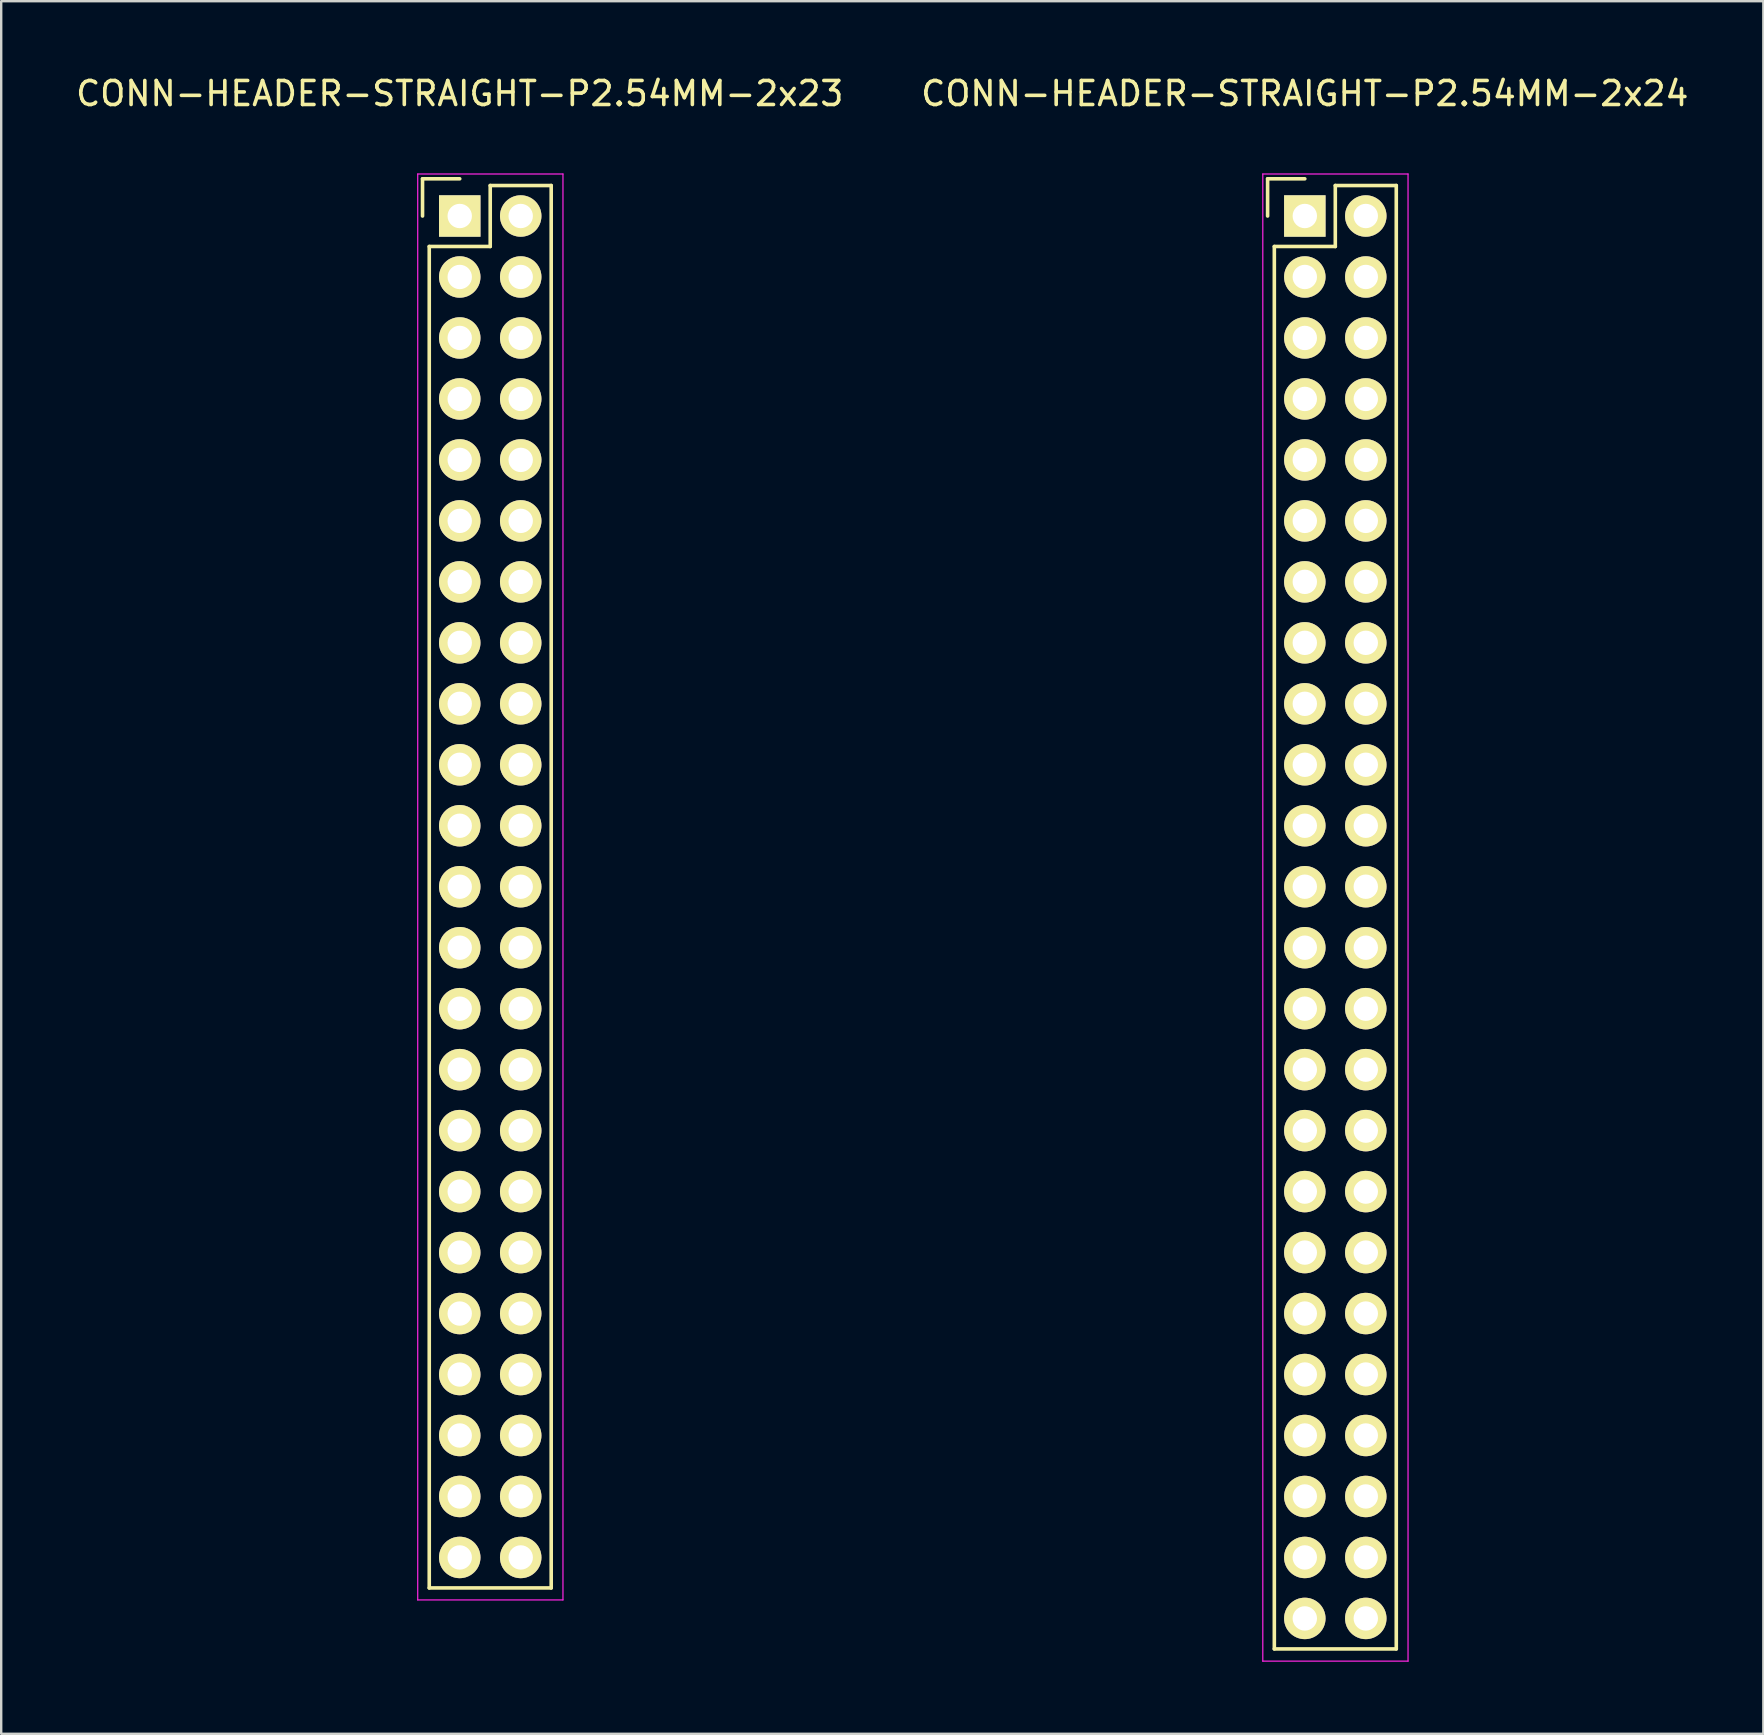
<source format=kicad_pcb>
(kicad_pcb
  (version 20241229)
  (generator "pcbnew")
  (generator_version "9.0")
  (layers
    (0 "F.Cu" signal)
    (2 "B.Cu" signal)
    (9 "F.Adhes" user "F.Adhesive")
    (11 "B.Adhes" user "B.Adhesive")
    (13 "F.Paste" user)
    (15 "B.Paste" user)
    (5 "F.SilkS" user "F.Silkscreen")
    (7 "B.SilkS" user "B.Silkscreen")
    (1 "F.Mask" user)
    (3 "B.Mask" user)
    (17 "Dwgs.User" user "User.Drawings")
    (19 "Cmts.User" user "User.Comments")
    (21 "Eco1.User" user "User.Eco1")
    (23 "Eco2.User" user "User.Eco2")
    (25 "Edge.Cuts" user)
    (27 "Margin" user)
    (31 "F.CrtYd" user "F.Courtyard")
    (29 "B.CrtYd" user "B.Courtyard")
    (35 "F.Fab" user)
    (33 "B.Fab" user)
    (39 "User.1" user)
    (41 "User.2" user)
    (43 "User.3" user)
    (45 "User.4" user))
  (footprint "CONN-HEADER-STRAIGHT-P2.54MM-2x23"
    (layer "F.Cu")
    (at 16.101 5.948)
    (property "Reference" "CONN-HEADER-STRAIGHT-P2.54MM-2x23" (at 0 -5.1 0) (layer "F.SilkS") (effects (font (size 1 1) (thickness 0.15))))
    (attr through_hole)
    (fp_line (start -1.55 -1.55) (end -1.55 0) (stroke (width 0.15) (type solid)) (layer "F.SilkS"))
    (fp_line (start -1.27 57.15) (end -1.27 1.27) (stroke (width 0.15) (type solid)) (layer "F.SilkS"))
    (fp_line (start 0 -1.55) (end -1.55 -1.55) (stroke (width 0.15) (type solid)) (layer "F.SilkS"))
    (fp_line (start 1.27 -1.27) (end 1.27 1.27) (stroke (width 0.15) (type solid)) (layer "F.SilkS"))
    (fp_line (start 1.27 1.27) (end -1.27 1.27) (stroke (width 0.15) (type solid)) (layer "F.SilkS"))
    (fp_line (start 3.81 -1.27) (end 1.27 -1.27) (stroke (width 0.15) (type solid)) (layer "F.SilkS"))
    (fp_line (start 3.81 57.15) (end -1.27 57.15) (stroke (width 0.15) (type solid)) (layer "F.SilkS"))
    (fp_line (start 3.81 57.15) (end 3.81 -1.27) (stroke (width 0.15) (type solid)) (layer "F.SilkS"))
    (fp_line (start -1.75 -1.75) (end -1.75 57.65) (stroke (width 0.05) (type solid)) (layer "F.CrtYd"))
    (fp_line (start -1.75 -1.75) (end 4.3 -1.75) (stroke (width 0.05) (type solid)) (layer "F.CrtYd"))
    (fp_line (start -1.75 57.65) (end 4.3 57.65) (stroke (width 0.05) (type solid)) (layer "F.CrtYd"))
    (fp_line (start 4.3 -1.75) (end 4.3 57.65) (stroke (width 0.05) (type solid)) (layer "F.CrtYd"))
    (pad "1" thru_hole rect (at 0 0) (size 1.727 1.727) (drill 1.016) (layers "*.Cu" "*.Mask" "F.SilkS"))
    (pad "2" thru_hole oval (at 2.54 0) (size 1.727 1.727) (drill 1.016) (layers "*.Cu" "*.Mask" "F.SilkS"))
    (pad "3" thru_hole oval (at 0 2.54) (size 1.727 1.727) (drill 1.016) (layers "*.Cu" "*.Mask" "F.SilkS"))
    (pad "4" thru_hole oval (at 2.54 2.54) (size 1.727 1.727) (drill 1.016) (layers "*.Cu" "*.Mask" "F.SilkS"))
    (pad "5" thru_hole oval (at 0 5.08) (size 1.727 1.727) (drill 1.016) (layers "*.Cu" "*.Mask" "F.SilkS"))
    (pad "6" thru_hole oval (at 2.54 5.08) (size 1.727 1.727) (drill 1.016) (layers "*.Cu" "*.Mask" "F.SilkS"))
    (pad "7" thru_hole oval (at 0 7.62) (size 1.727 1.727) (drill 1.016) (layers "*.Cu" "*.Mask" "F.SilkS"))
    (pad "8" thru_hole oval (at 2.54 7.62) (size 1.727 1.727) (drill 1.016) (layers "*.Cu" "*.Mask" "F.SilkS"))
    (pad "9" thru_hole oval (at 0 10.16) (size 1.727 1.727) (drill 1.016) (layers "*.Cu" "*.Mask" "F.SilkS"))
    (pad "10" thru_hole oval (at 2.54 10.16) (size 1.727 1.727) (drill 1.016) (layers "*.Cu" "*.Mask" "F.SilkS"))
    (pad "11" thru_hole oval (at 0 12.7) (size 1.727 1.727) (drill 1.016) (layers "*.Cu" "*.Mask" "F.SilkS"))
    (pad "12" thru_hole oval (at 2.54 12.7) (size 1.727 1.727) (drill 1.016) (layers "*.Cu" "*.Mask" "F.SilkS"))
    (pad "13" thru_hole oval (at 0 15.24) (size 1.727 1.727) (drill 1.016) (layers "*.Cu" "*.Mask" "F.SilkS"))
    (pad "14" thru_hole oval (at 2.54 15.24) (size 1.727 1.727) (drill 1.016) (layers "*.Cu" "*.Mask" "F.SilkS"))
    (pad "15" thru_hole oval (at 0 17.78) (size 1.727 1.727) (drill 1.016) (layers "*.Cu" "*.Mask" "F.SilkS"))
    (pad "16" thru_hole oval (at 2.54 17.78) (size 1.727 1.727) (drill 1.016) (layers "*.Cu" "*.Mask" "F.SilkS"))
    (pad "17" thru_hole oval (at 0 20.32) (size 1.727 1.727) (drill 1.016) (layers "*.Cu" "*.Mask" "F.SilkS"))
    (pad "18" thru_hole oval (at 2.54 20.32) (size 1.727 1.727) (drill 1.016) (layers "*.Cu" "*.Mask" "F.SilkS"))
    (pad "19" thru_hole oval (at 0 22.86) (size 1.727 1.727) (drill 1.016) (layers "*.Cu" "*.Mask" "F.SilkS"))
    (pad "20" thru_hole oval (at 2.54 22.86) (size 1.727 1.727) (drill 1.016) (layers "*.Cu" "*.Mask" "F.SilkS"))
    (pad "21" thru_hole oval (at 0 25.4) (size 1.727 1.727) (drill 1.016) (layers "*.Cu" "*.Mask" "F.SilkS"))
    (pad "22" thru_hole oval (at 2.54 25.4) (size 1.727 1.727) (drill 1.016) (layers "*.Cu" "*.Mask" "F.SilkS"))
    (pad "23" thru_hole oval (at 0 27.94) (size 1.727 1.727) (drill 1.016) (layers "*.Cu" "*.Mask" "F.SilkS"))
    (pad "24" thru_hole oval (at 2.54 27.94) (size 1.727 1.727) (drill 1.016) (layers "*.Cu" "*.Mask" "F.SilkS"))
    (pad "25" thru_hole oval (at 0 30.48) (size 1.727 1.727) (drill 1.016) (layers "*.Cu" "*.Mask" "F.SilkS"))
    (pad "26" thru_hole oval (at 2.54 30.48) (size 1.727 1.727) (drill 1.016) (layers "*.Cu" "*.Mask" "F.SilkS"))
    (pad "27" thru_hole oval (at 0 33.02) (size 1.727 1.727) (drill 1.016) (layers "*.Cu" "*.Mask" "F.SilkS"))
    (pad "28" thru_hole oval (at 2.54 33.02) (size 1.727 1.727) (drill 1.016) (layers "*.Cu" "*.Mask" "F.SilkS"))
    (pad "29" thru_hole oval (at 0 35.56) (size 1.727 1.727) (drill 1.016) (layers "*.Cu" "*.Mask" "F.SilkS"))
    (pad "30" thru_hole oval (at 2.54 35.56) (size 1.727 1.727) (drill 1.016) (layers "*.Cu" "*.Mask" "F.SilkS"))
    (pad "31" thru_hole oval (at 0 38.1) (size 1.727 1.727) (drill 1.016) (layers "*.Cu" "*.Mask" "F.SilkS"))
    (pad "32" thru_hole oval (at 2.54 38.1) (size 1.727 1.727) (drill 1.016) (layers "*.Cu" "*.Mask" "F.SilkS"))
    (pad "33" thru_hole oval (at 0 40.64) (size 1.727 1.727) (drill 1.016) (layers "*.Cu" "*.Mask" "F.SilkS"))
    (pad "34" thru_hole oval (at 2.54 40.64) (size 1.727 1.727) (drill 1.016) (layers "*.Cu" "*.Mask" "F.SilkS"))
    (pad "35" thru_hole oval (at 0 43.18) (size 1.727 1.727) (drill 1.016) (layers "*.Cu" "*.Mask" "F.SilkS"))
    (pad "36" thru_hole oval (at 2.54 43.18) (size 1.727 1.727) (drill 1.016) (layers "*.Cu" "*.Mask" "F.SilkS"))
    (pad "37" thru_hole oval (at 0 45.72) (size 1.727 1.727) (drill 1.016) (layers "*.Cu" "*.Mask" "F.SilkS"))
    (pad "38" thru_hole oval (at 2.54 45.72) (size 1.727 1.727) (drill 1.016) (layers "*.Cu" "*.Mask" "F.SilkS"))
    (pad "39" thru_hole oval (at 0 48.26) (size 1.727 1.727) (drill 1.016) (layers "*.Cu" "*.Mask" "F.SilkS"))
    (pad "40" thru_hole oval (at 2.54 48.26) (size 1.727 1.727) (drill 1.016) (layers "*.Cu" "*.Mask" "F.SilkS"))
    (pad "41" thru_hole oval (at 0 50.8) (size 1.727 1.727) (drill 1.016) (layers "*.Cu" "*.Mask" "F.SilkS"))
    (pad "42" thru_hole oval (at 2.54 50.8) (size 1.727 1.727) (drill 1.016) (layers "*.Cu" "*.Mask" "F.SilkS"))
    (pad "43" thru_hole oval (at 0 53.34) (size 1.727 1.727) (drill 1.016) (layers "*.Cu" "*.Mask" "F.SilkS"))
    (pad "44" thru_hole oval (at 2.54 53.34) (size 1.727 1.727) (drill 1.016) (layers "*.Cu" "*.Mask" "F.SilkS"))
    (pad "45" thru_hole oval (at 0 55.88) (size 1.727 1.727) (drill 1.016) (layers "*.Cu" "*.Mask" "F.SilkS"))
    (pad "46" thru_hole oval (at 2.54 55.88) (size 1.727 1.727) (drill 1.016) (layers "*.Cu" "*.Mask" "F.SilkS")))
  (footprint "CONN-HEADER-STRAIGHT-P2.54MM-2x24"
    (layer "F.Cu")
    (at 51.304 5.948)
    (property "Reference" "CONN-HEADER-STRAIGHT-P2.54MM-2x24" (at 0 -5.1 0) (layer "F.SilkS") (effects (font (size 1 1) (thickness 0.15))))
    (attr through_hole)
    (fp_line (start -1.55 -1.55) (end -1.55 0) (stroke (width 0.15) (type solid)) (layer "F.SilkS"))
    (fp_line (start -1.27 1.27) (end -1.27 59.69) (stroke (width 0.15) (type solid)) (layer "F.SilkS"))
    (fp_line (start 0 -1.55) (end -1.55 -1.55) (stroke (width 0.15) (type solid)) (layer "F.SilkS"))
    (fp_line (start 1.27 -1.27) (end 1.27 1.27) (stroke (width 0.15) (type solid)) (layer "F.SilkS"))
    (fp_line (start 1.27 1.27) (end -1.27 1.27) (stroke (width 0.15) (type solid)) (layer "F.SilkS"))
    (fp_line (start 3.81 -1.27) (end 1.27 -1.27) (stroke (width 0.15) (type solid)) (layer "F.SilkS"))
    (fp_line (start 3.81 59.69) (end -1.27 59.69) (stroke (width 0.15) (type solid)) (layer "F.SilkS"))
    (fp_line (start 3.81 59.69) (end 3.81 -1.27) (stroke (width 0.15) (type solid)) (layer "F.SilkS"))
    (fp_line (start -1.75 -1.75) (end -1.75 60.2) (stroke (width 0.05) (type solid)) (layer "F.CrtYd"))
    (fp_line (start -1.75 -1.75) (end 4.3 -1.75) (stroke (width 0.05) (type solid)) (layer "F.CrtYd"))
    (fp_line (start -1.75 60.2) (end 4.3 60.2) (stroke (width 0.05) (type solid)) (layer "F.CrtYd"))
    (fp_line (start 4.3 -1.75) (end 4.3 60.2) (stroke (width 0.05) (type solid)) (layer "F.CrtYd"))
    (pad "1" thru_hole rect (at 0 0) (size 1.727 1.727) (drill 1.016) (layers "*.Cu" "*.Mask" "F.SilkS"))
    (pad "2" thru_hole oval (at 2.54 0) (size 1.727 1.727) (drill 1.016) (layers "*.Cu" "*.Mask" "F.SilkS"))
    (pad "3" thru_hole oval (at 0 2.54) (size 1.727 1.727) (drill 1.016) (layers "*.Cu" "*.Mask" "F.SilkS"))
    (pad "4" thru_hole oval (at 2.54 2.54) (size 1.727 1.727) (drill 1.016) (layers "*.Cu" "*.Mask" "F.SilkS"))
    (pad "5" thru_hole oval (at 0 5.08) (size 1.727 1.727) (drill 1.016) (layers "*.Cu" "*.Mask" "F.SilkS"))
    (pad "6" thru_hole oval (at 2.54 5.08) (size 1.727 1.727) (drill 1.016) (layers "*.Cu" "*.Mask" "F.SilkS"))
    (pad "7" thru_hole oval (at 0 7.62) (size 1.727 1.727) (drill 1.016) (layers "*.Cu" "*.Mask" "F.SilkS"))
    (pad "8" thru_hole oval (at 2.54 7.62) (size 1.727 1.727) (drill 1.016) (layers "*.Cu" "*.Mask" "F.SilkS"))
    (pad "9" thru_hole oval (at 0 10.16) (size 1.727 1.727) (drill 1.016) (layers "*.Cu" "*.Mask" "F.SilkS"))
    (pad "10" thru_hole oval (at 2.54 10.16) (size 1.727 1.727) (drill 1.016) (layers "*.Cu" "*.Mask" "F.SilkS"))
    (pad "11" thru_hole oval (at 0 12.7) (size 1.727 1.727) (drill 1.016) (layers "*.Cu" "*.Mask" "F.SilkS"))
    (pad "12" thru_hole oval (at 2.54 12.7) (size 1.727 1.727) (drill 1.016) (layers "*.Cu" "*.Mask" "F.SilkS"))
    (pad "13" thru_hole oval (at 0 15.24) (size 1.727 1.727) (drill 1.016) (layers "*.Cu" "*.Mask" "F.SilkS"))
    (pad "14" thru_hole oval (at 2.54 15.24) (size 1.727 1.727) (drill 1.016) (layers "*.Cu" "*.Mask" "F.SilkS"))
    (pad "15" thru_hole oval (at 0 17.78) (size 1.727 1.727) (drill 1.016) (layers "*.Cu" "*.Mask" "F.SilkS"))
    (pad "16" thru_hole oval (at 2.54 17.78) (size 1.727 1.727) (drill 1.016) (layers "*.Cu" "*.Mask" "F.SilkS"))
    (pad "17" thru_hole oval (at 0 20.32) (size 1.727 1.727) (drill 1.016) (layers "*.Cu" "*.Mask" "F.SilkS"))
    (pad "18" thru_hole oval (at 2.54 20.32) (size 1.727 1.727) (drill 1.016) (layers "*.Cu" "*.Mask" "F.SilkS"))
    (pad "19" thru_hole oval (at 0 22.86) (size 1.727 1.727) (drill 1.016) (layers "*.Cu" "*.Mask" "F.SilkS"))
    (pad "20" thru_hole oval (at 2.54 22.86) (size 1.727 1.727) (drill 1.016) (layers "*.Cu" "*.Mask" "F.SilkS"))
    (pad "21" thru_hole oval (at 0 25.4) (size 1.727 1.727) (drill 1.016) (layers "*.Cu" "*.Mask" "F.SilkS"))
    (pad "22" thru_hole oval (at 2.54 25.4) (size 1.727 1.727) (drill 1.016) (layers "*.Cu" "*.Mask" "F.SilkS"))
    (pad "23" thru_hole oval (at 0 27.94) (size 1.727 1.727) (drill 1.016) (layers "*.Cu" "*.Mask" "F.SilkS"))
    (pad "24" thru_hole oval (at 2.54 27.94) (size 1.727 1.727) (drill 1.016) (layers "*.Cu" "*.Mask" "F.SilkS"))
    (pad "25" thru_hole oval (at 0 30.48) (size 1.727 1.727) (drill 1.016) (layers "*.Cu" "*.Mask" "F.SilkS"))
    (pad "26" thru_hole oval (at 2.54 30.48) (size 1.727 1.727) (drill 1.016) (layers "*.Cu" "*.Mask" "F.SilkS"))
    (pad "27" thru_hole oval (at 0 33.02) (size 1.727 1.727) (drill 1.016) (layers "*.Cu" "*.Mask" "F.SilkS"))
    (pad "28" thru_hole oval (at 2.54 33.02) (size 1.727 1.727) (drill 1.016) (layers "*.Cu" "*.Mask" "F.SilkS"))
    (pad "29" thru_hole oval (at 0 35.56) (size 1.727 1.727) (drill 1.016) (layers "*.Cu" "*.Mask" "F.SilkS"))
    (pad "30" thru_hole oval (at 2.54 35.56) (size 1.727 1.727) (drill 1.016) (layers "*.Cu" "*.Mask" "F.SilkS"))
    (pad "31" thru_hole oval (at 0 38.1) (size 1.727 1.727) (drill 1.016) (layers "*.Cu" "*.Mask" "F.SilkS"))
    (pad "32" thru_hole oval (at 2.54 38.1) (size 1.727 1.727) (drill 1.016) (layers "*.Cu" "*.Mask" "F.SilkS"))
    (pad "33" thru_hole oval (at 0 40.64) (size 1.727 1.727) (drill 1.016) (layers "*.Cu" "*.Mask" "F.SilkS"))
    (pad "34" thru_hole oval (at 2.54 40.64) (size 1.727 1.727) (drill 1.016) (layers "*.Cu" "*.Mask" "F.SilkS"))
    (pad "35" thru_hole oval (at 0 43.18) (size 1.727 1.727) (drill 1.016) (layers "*.Cu" "*.Mask" "F.SilkS"))
    (pad "36" thru_hole oval (at 2.54 43.18) (size 1.727 1.727) (drill 1.016) (layers "*.Cu" "*.Mask" "F.SilkS"))
    (pad "37" thru_hole oval (at 0 45.72) (size 1.727 1.727) (drill 1.016) (layers "*.Cu" "*.Mask" "F.SilkS"))
    (pad "38" thru_hole oval (at 2.54 45.72) (size 1.727 1.727) (drill 1.016) (layers "*.Cu" "*.Mask" "F.SilkS"))
    (pad "39" thru_hole oval (at 0 48.26) (size 1.727 1.727) (drill 1.016) (layers "*.Cu" "*.Mask" "F.SilkS"))
    (pad "40" thru_hole oval (at 2.54 48.26) (size 1.727 1.727) (drill 1.016) (layers "*.Cu" "*.Mask" "F.SilkS"))
    (pad "41" thru_hole oval (at 0 50.8) (size 1.727 1.727) (drill 1.016) (layers "*.Cu" "*.Mask" "F.SilkS"))
    (pad "42" thru_hole oval (at 2.54 50.8) (size 1.727 1.727) (drill 1.016) (layers "*.Cu" "*.Mask" "F.SilkS"))
    (pad "43" thru_hole oval (at 0 53.34) (size 1.727 1.727) (drill 1.016) (layers "*.Cu" "*.Mask" "F.SilkS"))
    (pad "44" thru_hole oval (at 2.54 53.34) (size 1.727 1.727) (drill 1.016) (layers "*.Cu" "*.Mask" "F.SilkS"))
    (pad "45" thru_hole oval (at 0 55.88) (size 1.727 1.727) (drill 1.016) (layers "*.Cu" "*.Mask" "F.SilkS"))
    (pad "46" thru_hole oval (at 2.54 55.88) (size 1.727 1.727) (drill 1.016) (layers "*.Cu" "*.Mask" "F.SilkS"))
    (pad "47" thru_hole oval (at 0 58.42) (size 1.727 1.727) (drill 1.016) (layers "*.Cu" "*.Mask" "F.SilkS"))
    (pad "48" thru_hole oval (at 2.54 58.42) (size 1.727 1.727) (drill 1.016) (layers "*.Cu" "*.Mask" "F.SilkS")))
  (gr_rect
    (start -3 -3)
    (end 70.405 69.173)
    (stroke (width 0.1) (type default))
    (fill no)
    (layer "Edge.Cuts")))
</source>
